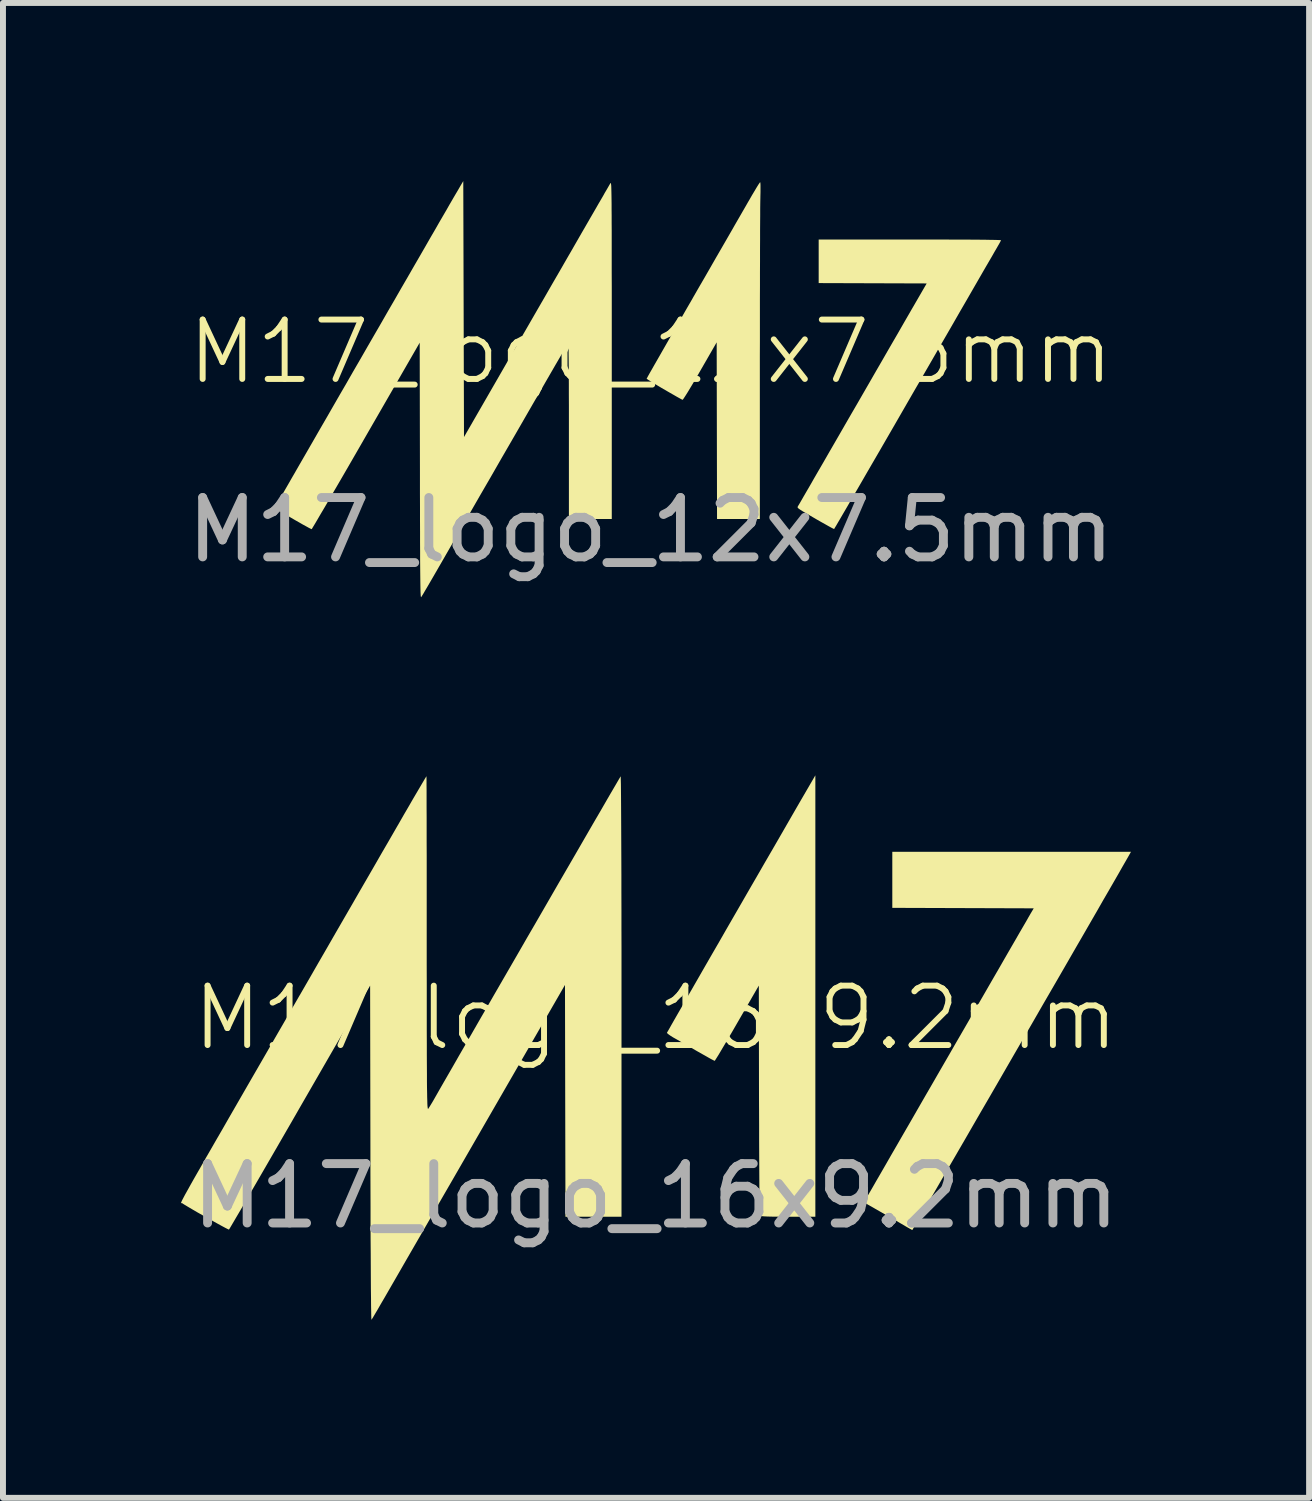
<source format=kicad_pcb>
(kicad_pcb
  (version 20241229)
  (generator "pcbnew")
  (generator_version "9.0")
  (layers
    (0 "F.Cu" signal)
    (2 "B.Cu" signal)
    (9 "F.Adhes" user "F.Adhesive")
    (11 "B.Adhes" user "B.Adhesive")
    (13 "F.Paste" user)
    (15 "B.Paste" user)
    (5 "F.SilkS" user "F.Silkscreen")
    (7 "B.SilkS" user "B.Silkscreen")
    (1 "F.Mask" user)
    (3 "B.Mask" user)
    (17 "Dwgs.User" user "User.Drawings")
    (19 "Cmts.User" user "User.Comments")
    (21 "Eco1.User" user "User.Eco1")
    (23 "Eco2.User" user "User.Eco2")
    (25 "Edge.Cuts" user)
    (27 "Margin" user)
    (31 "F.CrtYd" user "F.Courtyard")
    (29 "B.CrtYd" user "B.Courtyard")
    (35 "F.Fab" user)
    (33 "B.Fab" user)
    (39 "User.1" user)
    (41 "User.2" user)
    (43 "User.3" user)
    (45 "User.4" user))
  (footprint "M17_logo_16x9.2mm"
    (layer "F.Cu")
    (at 7.994 14.594)
    (property "Reference" "M17_logo_16x9.2mm" (at 0 -0.5 0) (unlocked yes) (layer "F.SilkS") (effects (font (size 1 1) (thickness 0.1))))
    (attr smd)
    (fp_poly (pts (xy 2.689 -0.868) (xy 2.689 2.849) (xy 2.224 2.849) (xy 2.083 2.849) (xy 1.97 2.848) (xy 1.884 2.846) (xy 1.822 2.843) (xy 1.781 2.839) (xy 1.759 2.834) (xy 1.752 2.829) (xy 1.751 2.811) (xy 1.75 2.762) (xy 1.749 2.686) (xy 1.748 2.584) (xy 1.747 2.457) (xy 1.746 2.308) (xy 1.745 2.14) (xy 1.744 1.953) (xy 1.743 1.75) (xy 1.742 1.533) (xy 1.742 1.303) (xy 1.741 1.063) (xy 1.74 0.883) (xy 1.737 -1.044) (xy 1.371 -0.41) (xy 1.296 -0.28) (xy 1.225 -0.159) (xy 1.161 -0.05) (xy 1.105 0.044) (xy 1.059 0.122) (xy 1.023 0.179) (xy 1.001 0.214) (xy 0.993 0.224) (xy 0.976 0.216) (xy 0.935 0.195) (xy 0.876 0.162) (xy 0.802 0.12) (xy 0.717 0.072) (xy 0.694 0.059) (xy 0.599 0.004) (xy 0.506 -0.05) (xy 0.42 -0.099) (xy 0.349 -0.14) (xy 0.299 -0.168) (xy 0.297 -0.169) (xy 0.246 -0.201) (xy 0.208 -0.228) (xy 0.19 -0.245) (xy 0.189 -0.248) (xy 0.197 -0.263) (xy 0.221 -0.304) (xy 0.258 -0.37) (xy 0.308 -0.458) (xy 0.37 -0.566) (xy 0.444 -0.694) (xy 0.527 -0.84) (xy 0.62 -1.001) (xy 0.721 -1.177) (xy 0.829 -1.365) (xy 0.943 -1.563) (xy 1.063 -1.77) (xy 1.186 -1.985) (xy 1.313 -2.205) (xy 1.443 -2.43) (xy 1.573 -2.656) (xy 1.704 -2.882) (xy 1.834 -3.108) (xy 1.963 -3.33) (xy 2.089 -3.548) (xy 2.211 -3.76) (xy 2.328 -3.963) (xy 2.44 -4.157) (xy 2.546 -4.339) (xy 2.596 -4.425) (xy 2.689 -4.585)) (stroke (width 0) (type solid)) (fill yes) (layer "F.SilkS"))
    (fp_poly (pts (xy 7.952 -3.203) (xy 7.913 -3.135) (xy 7.861 -3.045) (xy 7.797 -2.932) (xy 7.721 -2.8) (xy 7.634 -2.649) (xy 7.537 -2.482) (xy 7.432 -2.298) (xy 7.318 -2.101) (xy 7.197 -1.891) (xy 7.069 -1.67) (xy 6.936 -1.439) (xy 6.798 -1.2) (xy 6.656 -0.955) (xy 6.511 -0.705) (xy 6.365 -0.451) (xy 6.217 -0.195) (xy 6.068 0.062) (xy 5.92 0.318) (xy 5.774 0.571) (xy 5.63 0.82) (xy 5.488 1.064) (xy 5.351 1.301) (xy 5.219 1.53) (xy 5.092 1.749) (xy 4.972 1.956) (xy 4.859 2.15) (xy 4.755 2.33) (xy 4.66 2.494) (xy 4.574 2.641) (xy 4.5 2.769) (xy 4.437 2.877) (xy 4.387 2.962) (xy 4.351 3.024) (xy 4.329 3.062) (xy 4.322 3.073) (xy 4.305 3.065) (xy 4.269 3.045) (xy 4.225 3.02) (xy 4.185 2.996) (xy 4.123 2.96) (xy 4.044 2.914) (xy 3.953 2.862) (xy 3.857 2.807) (xy 3.822 2.787) (xy 3.507 2.607) (xy 3.592 2.46) (xy 3.645 2.369) (xy 3.709 2.257) (xy 3.785 2.126) (xy 3.871 1.977) (xy 3.965 1.813) (xy 4.068 1.635) (xy 4.178 1.444) (xy 4.294 1.244) (xy 4.414 1.035) (xy 4.539 0.818) (xy 4.667 0.597) (xy 4.796 0.373) (xy 4.927 0.147) (xy 5.057 -0.079) (xy 5.187 -0.303) (xy 5.314 -0.523) (xy 5.438 -0.738) (xy 5.558 -0.946) (xy 5.672 -1.144) (xy 5.781 -1.332) (xy 5.882 -1.508) (xy 5.975 -1.669) (xy 6.059 -1.814) (xy 6.132 -1.941) (xy 6.195 -2.049) (xy 6.245 -2.135) (xy 6.281 -2.199) (xy 6.304 -2.238) (xy 6.31 -2.249) (xy 6.367 -2.345) (xy 5.176 -2.349) (xy 3.985 -2.353) (xy 3.985 -2.825) (xy 3.985 -3.297) (xy 5.995 -3.297) (xy 8.005 -3.297)) (stroke (width 0) (type solid)) (fill yes) (layer "F.SilkS"))
    (fp_poly (pts (xy -3.861 -4.554) (xy -3.86 -4.508) (xy -3.86 -4.432) (xy -3.859 -4.33) (xy -3.859 -4.202) (xy -3.859 -4.05) (xy -3.858 -3.876) (xy -3.858 -3.681) (xy -3.858 -3.467) (xy -3.857 -3.235) (xy -3.857 -2.988) (xy -3.857 -2.727) (xy -3.857 -2.453) (xy -3.857 -2.168) (xy -3.857 -1.873) (xy -3.857 -1.751) (xy -3.857 -1.397) (xy -3.856 -1.074) (xy -3.856 -0.78) (xy -3.856 -0.514) (xy -3.856 -0.274) (xy -3.855 -0.06) (xy -3.855 0.13) (xy -3.854 0.298) (xy -3.853 0.444) (xy -3.853 0.57) (xy -3.852 0.678) (xy -3.85 0.769) (xy -3.849 0.843) (xy -3.847 0.903) (xy -3.846 0.95) (xy -3.844 0.985) (xy -3.841 1.01) (xy -3.839 1.025) (xy -3.836 1.033) (xy -3.833 1.034) (xy -3.832 1.032) (xy -3.814 1.005) (xy -3.785 0.958) (xy -3.749 0.898) (xy -3.725 0.856) (xy -3.684 0.784) (xy -3.63 0.689) (xy -3.564 0.574) (xy -3.486 0.439) (xy -3.398 0.286) (xy -3.302 0.118) (xy -3.196 -0.065) (xy -3.084 -0.26) (xy -2.965 -0.467) (xy -2.84 -0.683) (xy -2.711 -0.907) (xy -2.578 -1.137) (xy -2.442 -1.372) (xy -2.305 -1.609) (xy -2.167 -1.849) (xy -2.028 -2.088) (xy -1.891 -2.325) (xy -1.756 -2.559) (xy -1.624 -2.788) (xy -1.495 -3.01) (xy -1.371 -3.224) (xy -1.253 -3.428) (xy -1.142 -3.62) (xy -1.038 -3.8) (xy -0.942 -3.964) (xy -0.856 -4.113) (xy -0.781 -4.243) (xy -0.716 -4.354) (xy -0.664 -4.443) (xy -0.625 -4.51) (xy -0.6 -4.552) (xy -0.59 -4.569) (xy -0.59 -4.569) (xy -0.589 -4.554) (xy -0.588 -4.509) (xy -0.586 -4.435) (xy -0.585 -4.331) (xy -0.584 -4.201) (xy -0.583 -4.045) (xy -0.582 -3.864) (xy -0.581 -3.659) (xy -0.58 -3.432) (xy -0.579 -3.184) (xy -0.578 -2.915) (xy -0.578 -2.628) (xy -0.577 -2.323) (xy -0.577 -2.002) (xy -0.576 -1.666) (xy -0.576 -1.316) (xy -0.576 -0.953) (xy -0.576 -0.867) (xy -0.576 2.849) (xy -1.048 2.849) (xy -1.52 2.849) (xy -1.524 0.897) (xy -1.528 -1.055) (xy -2.864 1.261) (xy -3.07 1.618) (xy -3.261 1.949) (xy -3.437 2.254) (xy -3.599 2.534) (xy -3.747 2.791) (xy -3.882 3.025) (xy -4.005 3.238) (xy -4.116 3.43) (xy -4.216 3.603) (xy -4.305 3.758) (xy -4.384 3.895) (xy -4.454 4.016) (xy -4.515 4.122) (xy -4.568 4.214) (xy -4.614 4.292) (xy -4.652 4.358) (xy -4.684 4.414) (xy -4.711 4.459) (xy -4.732 4.495) (xy -4.749 4.523) (xy -4.761 4.545) (xy -4.771 4.56) (xy -4.778 4.571) (xy -4.782 4.578) (xy -4.785 4.582) (xy -4.787 4.585) (xy -4.787 4.585) (xy -4.789 4.571) (xy -4.791 4.526) (xy -4.792 4.452) (xy -4.794 4.35) (xy -4.795 4.221) (xy -4.797 4.068) (xy -4.798 3.89) (xy -4.799 3.69) (xy -4.8 3.469) (xy -4.802 3.227) (xy -4.803 2.968) (xy -4.803 2.691) (xy -4.804 2.399) (xy -4.805 2.092) (xy -4.805 1.778) (xy -4.81 -1.043) (xy -5.992 1.007) (xy -6.128 1.244) (xy -6.26 1.472) (xy -6.387 1.692) (xy -6.508 1.901) (xy -6.622 2.098) (xy -6.728 2.281) (xy -6.825 2.448) (xy -6.913 2.599) (xy -6.99 2.732) (xy -7.056 2.844) (xy -7.11 2.936) (xy -7.15 3.004) (xy -7.176 3.048) (xy -7.187 3.065) (xy -7.188 3.066) (xy -7.203 3.06) (xy -7.243 3.04) (xy -7.301 3.009) (xy -7.374 2.969) (xy -7.457 2.923) (xy -7.547 2.873) (xy -7.638 2.821) (xy -7.727 2.771) (xy -7.809 2.723) (xy -7.88 2.681) (xy -7.935 2.648) (xy -7.971 2.625) (xy -7.975 2.621) (xy -7.979 2.62) (xy -7.983 2.62) (xy -7.987 2.621) (xy -7.991 2.621) (xy -7.993 2.619) (xy -7.994 2.615) (xy -7.992 2.607) (xy -7.987 2.595) (xy -7.979 2.577) (xy -7.967 2.553) (xy -7.95 2.521) (xy -7.929 2.481) (xy -7.901 2.431) (xy -7.867 2.37) (xy -7.827 2.298) (xy -7.779 2.213) (xy -7.723 2.115) (xy -7.658 2.002) (xy -7.585 1.873) (xy -7.501 1.728) (xy -7.408 1.566) (xy -7.303 1.385) (xy -7.188 1.184) (xy -7.06 0.962) (xy -6.92 0.719) (xy -6.767 0.454) (xy -6.6 0.165) (xy -6.419 -0.149) (xy -6.223 -0.488) (xy -6.012 -0.854) (xy -5.978 -0.912) (xy -5.832 -1.165) (xy -5.685 -1.421) (xy -5.537 -1.677) (xy -5.391 -1.931) (xy -5.247 -2.18) (xy -5.107 -2.422) (xy -4.973 -2.655) (xy -4.845 -2.876) (xy -4.726 -3.082) (xy -4.617 -3.272) (xy -4.518 -3.442) (xy -4.432 -3.591) (xy -4.36 -3.716) (xy -4.328 -3.771) (xy -4.244 -3.918) (xy -4.164 -4.055) (xy -4.091 -4.182) (xy -4.025 -4.294) (xy -3.968 -4.391) (xy -3.922 -4.469) (xy -3.888 -4.527) (xy -3.867 -4.561) (xy -3.861 -4.57)) (stroke (width 0) (type solid)) (fill yes) (layer "F.SilkS"))
    (fp_text user "${REFERENCE}" (at 0 2.5 0) (unlocked yes) (layer "F.Fab") (effects (font (size 1 1) (thickness 0.15)))))
  (footprint "M17_logo_12x7.5mm"
    (layer "F.Cu")
    (at 7.911 3.375)
    (property "Reference" "M17_logo_12x7.5mm" (at 0 -0.5 0) (unlocked yes) (layer "F.SilkS") (effects (font (size 1 1) (thickness 0.1))))
    (attr smd exclude_from_pos_files exclude_from_bom)
    (fp_poly (pts (xy 1.846 -3.345) (xy 1.848 -3.312) (xy 1.848 -3.259) (xy 1.848 -3.189) (xy 1.846 -3.106) (xy 1.846 -3.091) (xy 1.845 -3.053) (xy 1.844 -2.991) (xy 1.843 -2.908) (xy 1.843 -2.804) (xy 1.842 -2.68) (xy 1.841 -2.539) (xy 1.841 -2.381) (xy 1.84 -2.208) (xy 1.84 -2.02) (xy 1.839 -1.82) (xy 1.839 -1.608) (xy 1.838 -1.385) (xy 1.838 -1.154) (xy 1.838 -0.915) (xy 1.838 -0.67) (xy 1.837 -0.419) (xy 1.837 -0.254) (xy 1.837 2.317) (xy 1.477 2.317) (xy 1.116 2.317) (xy 1.113 0.829) (xy 1.11 -0.659) (xy 0.83 -0.173) (xy 0.773 -0.074) (xy 0.719 0.019) (xy 0.669 0.102) (xy 0.626 0.174) (xy 0.589 0.233) (xy 0.561 0.276) (xy 0.543 0.302) (xy 0.536 0.309) (xy 0.52 0.302) (xy 0.487 0.284) (xy 0.44 0.258) (xy 0.383 0.225) (xy 0.318 0.188) (xy 0.249 0.148) (xy 0.18 0.108) (xy 0.113 0.068) (xy 0.052 0.032) (xy 0 0) (xy -0.04 -0.025) (xy -0.064 -0.041) (xy -0.07 -0.046) (xy -0.064 -0.057) (xy -0.047 -0.089) (xy -0.019 -0.139) (xy 0.02 -0.207) (xy 0.067 -0.29) (xy 0.124 -0.389) (xy 0.188 -0.501) (xy 0.259 -0.625) (xy 0.337 -0.761) (xy 0.42 -0.906) (xy 0.509 -1.06) (xy 0.601 -1.221) (xy 0.698 -1.388) (xy 0.71 -1.41) (xy 0.81 -1.584) (xy 0.91 -1.756) (xy 1.007 -1.925) (xy 1.101 -2.089) (xy 1.192 -2.246) (xy 1.278 -2.395) (xy 1.358 -2.534) (xy 1.431 -2.662) (xy 1.497 -2.776) (xy 1.554 -2.875) (xy 1.602 -2.958) (xy 1.639 -3.023) (xy 1.661 -3.06) (xy 1.705 -3.137) (xy 1.747 -3.207) (xy 1.782 -3.266) (xy 1.811 -3.313) (xy 1.832 -3.344) (xy 1.842 -3.357) (xy 1.842 -3.357)) (stroke (width 0) (type solid)) (fill yes) (layer "F.SilkS"))
    (fp_poly (pts (xy 4.6 -2.391) (xy 4.82 -2.391) (xy 5.021 -2.39) (xy 5.203 -2.389) (xy 5.365 -2.389) (xy 5.507 -2.388) (xy 5.628 -2.387) (xy 5.727 -2.385) (xy 5.804 -2.384) (xy 5.859 -2.382) (xy 5.89 -2.381) (xy 5.898 -2.379) (xy 5.892 -2.363) (xy 5.876 -2.333) (xy 5.859 -2.303) (xy 5.849 -2.286) (xy 5.828 -2.249) (xy 5.795 -2.193) (xy 5.753 -2.119) (xy 5.7 -2.028) (xy 5.637 -1.92) (xy 5.566 -1.797) (xy 5.487 -1.66) (xy 5.4 -1.509) (xy 5.306 -1.346) (xy 5.205 -1.172) (xy 5.099 -0.987) (xy 4.987 -0.793) (xy 4.87 -0.591) (xy 4.749 -0.381) (xy 4.624 -0.165) (xy 4.496 0.057) (xy 4.458 0.122) (xy 4.33 0.344) (xy 4.205 0.561) (xy 4.084 0.771) (xy 3.967 0.973) (xy 3.855 1.167) (xy 3.748 1.351) (xy 3.647 1.525) (xy 3.553 1.688) (xy 3.466 1.838) (xy 3.386 1.975) (xy 3.315 2.098) (xy 3.252 2.206) (xy 3.199 2.297) (xy 3.155 2.372) (xy 3.122 2.429) (xy 3.099 2.466) (xy 3.089 2.484) (xy 3.088 2.485) (xy 3.075 2.48) (xy 3.044 2.464) (xy 2.998 2.439) (xy 2.938 2.405) (xy 2.868 2.366) (xy 2.791 2.322) (xy 2.769 2.309) (xy 2.681 2.258) (xy 2.611 2.217) (xy 2.558 2.186) (xy 2.52 2.162) (xy 2.494 2.144) (xy 2.479 2.131) (xy 2.473 2.121) (xy 2.473 2.113) (xy 2.477 2.105) (xy 2.477 2.105) (xy 2.485 2.091) (xy 2.505 2.058) (xy 2.535 2.006) (xy 2.575 1.936) (xy 2.625 1.85) (xy 2.684 1.749) (xy 2.75 1.633) (xy 2.824 1.505) (xy 2.905 1.366) (xy 2.991 1.216) (xy 3.083 1.057) (xy 3.179 0.891) (xy 3.279 0.717) (xy 3.372 0.556) (xy 3.479 0.372) (xy 3.585 0.188) (xy 3.689 0.008) (xy 3.79 -0.168) (xy 3.888 -0.337) (xy 3.981 -0.499) (xy 4.069 -0.651) (xy 4.151 -0.792) (xy 4.225 -0.921) (xy 4.291 -1.036) (xy 4.349 -1.136) (xy 4.396 -1.218) (xy 4.433 -1.281) (xy 4.449 -1.309) (xy 4.647 -1.651) (xy 3.738 -1.654) (xy 2.828 -1.657) (xy 2.828 -2.024) (xy 2.828 -2.391) (xy 4.363 -2.391)) (stroke (width 0) (type solid)) (fill yes) (layer "F.SilkS"))
    (fp_poly (pts (xy -3.152 -1.22) (xy -3.146 0.936) (xy -2.242 -0.633) (xy -2.079 -0.915) (xy -1.928 -1.177) (xy -1.788 -1.419) (xy -1.66 -1.642) (xy -1.541 -1.847) (xy -1.433 -2.035) (xy -1.334 -2.206) (xy -1.245 -2.361) (xy -1.164 -2.502) (xy -1.091 -2.628) (xy -1.026 -2.741) (xy -0.968 -2.841) (xy -0.917 -2.929) (xy -0.873 -3.006) (xy -0.834 -3.072) (xy -0.801 -3.129) (xy -0.774 -3.178) (xy -0.75 -3.218) (xy -0.731 -3.251) (xy -0.716 -3.277) (xy -0.704 -3.298) (xy -0.695 -3.314) (xy -0.688 -3.325) (xy -0.683 -3.333) (xy -0.68 -3.338) (xy -0.678 -3.341) (xy -0.675 -3.343) (xy -0.673 -3.343) (xy -0.671 -3.338) (xy -0.67 -3.329) (xy -0.668 -3.315) (xy -0.666 -3.295) (xy -0.665 -3.267) (xy -0.664 -3.231) (xy -0.663 -3.186) (xy -0.662 -3.131) (xy -0.661 -3.065) (xy -0.66 -2.987) (xy -0.66 -2.897) (xy -0.659 -2.792) (xy -0.659 -2.674) (xy -0.658 -2.54) (xy -0.658 -2.389) (xy -0.658 -2.222) (xy -0.658 -2.036) (xy -0.658 -1.831) (xy -0.657 -1.606) (xy -0.657 -1.36) (xy -0.657 -1.092) (xy -0.657 -0.802) (xy -0.657 -0.529) (xy -0.657 2.317) (xy -1.018 2.317) (xy -1.379 2.317) (xy -1.379 0.829) (xy -1.379 0.609) (xy -1.379 0.403) (xy -1.38 0.214) (xy -1.38 0.04) (xy -1.381 -0.116) (xy -1.382 -0.254) (xy -1.383 -0.372) (xy -1.384 -0.471) (xy -1.385 -0.549) (xy -1.387 -0.605) (xy -1.388 -0.638) (xy -1.39 -0.648) (xy -1.397 -0.637) (xy -1.415 -0.606) (xy -1.445 -0.556) (xy -1.485 -0.486) (xy -1.537 -0.396) (xy -1.601 -0.287) (xy -1.676 -0.157) (xy -1.762 -0.008) (xy -1.86 0.162) (xy -1.97 0.351) (xy -2.091 0.561) (xy -2.224 0.792) (xy -2.369 1.043) (xy -2.526 1.314) (xy -2.694 1.607) (xy -2.875 1.919) (xy -3.067 2.253) (xy -3.272 2.608) (xy -3.488 2.984) (xy -3.675 3.308) (xy -3.721 3.387) (xy -3.763 3.459) (xy -3.801 3.523) (xy -3.831 3.575) (xy -3.854 3.612) (xy -3.866 3.631) (xy -3.866 3.632) (xy -3.869 3.633) (xy -3.871 3.63) (xy -3.873 3.621) (xy -3.875 3.606) (xy -3.876 3.582) (xy -3.878 3.551) (xy -3.879 3.509) (xy -3.88 3.457) (xy -3.881 3.393) (xy -3.882 3.317) (xy -3.883 3.226) (xy -3.884 3.121) (xy -3.885 3) (xy -3.885 2.862) (xy -3.886 2.707) (xy -3.886 2.532) (xy -3.887 2.338) (xy -3.887 2.122) (xy -3.888 1.885) (xy -3.888 1.624) (xy -3.888 1.502) (xy -3.892 -0.653) (xy -4.797 0.917) (xy -4.901 1.098) (xy -5.002 1.273) (xy -5.099 1.441) (xy -5.191 1.6) (xy -5.279 1.751) (xy -5.36 1.89) (xy -5.434 2.018) (xy -5.501 2.133) (xy -5.561 2.234) (xy -5.611 2.32) (xy -5.652 2.39) (xy -5.683 2.441) (xy -5.703 2.475) (xy -5.712 2.488) (xy -5.713 2.488) (xy -5.726 2.482) (xy -5.758 2.466) (xy -5.803 2.441) (xy -5.86 2.41) (xy -5.924 2.373) (xy -5.993 2.334) (xy -6.063 2.293) (xy -6.132 2.253) (xy -6.195 2.216) (xy -6.25 2.183) (xy -6.293 2.157) (xy -6.321 2.139) (xy -6.331 2.13) (xy -6.325 2.118) (xy -6.308 2.087) (xy -6.281 2.039) (xy -6.246 1.975) (xy -6.202 1.898) (xy -6.152 1.81) (xy -6.096 1.713) (xy -6.036 1.608) (xy -6.009 1.562) (xy -5.934 1.431) (xy -5.851 1.287) (xy -5.762 1.133) (xy -5.667 0.968) (xy -5.567 0.794) (xy -5.462 0.613) (xy -5.354 0.425) (xy -5.243 0.232) (xy -5.128 0.034) (xy -5.013 -0.167) (xy -4.895 -0.37) (xy -4.778 -0.574) (xy -4.66 -0.778) (xy -4.543 -0.98) (xy -4.428 -1.181) (xy -4.314 -1.377) (xy -4.204 -1.569) (xy -4.096 -1.755) (xy -3.993 -1.934) (xy -3.894 -2.105) (xy -3.801 -2.266) (xy -3.714 -2.418) (xy -3.633 -2.557) (xy -3.56 -2.685) (xy -3.494 -2.798) (xy -3.437 -2.896) (xy -3.39 -2.979) (xy -3.352 -3.044) (xy -3.325 -3.091) (xy -3.309 -3.118) (xy -3.305 -3.125) (xy -3.279 -3.169) (xy -3.247 -3.223) (xy -3.216 -3.277) (xy -3.212 -3.284) (xy -3.158 -3.375)) (stroke (width 0) (type solid)) (fill yes) (layer "F.SilkS"))
    (fp_text user "${REFERENCE}" (at 0 2.5 0) (unlocked yes) (layer "F.Fab") (effects (font (size 1 1) (thickness 0.15)))))
  (gr_rect
    (start -3 -3)
    (end 18.999 22.178)
    (stroke (width 0.1) (type default))
    (fill no)
    (layer "Edge.Cuts")))
</source>
